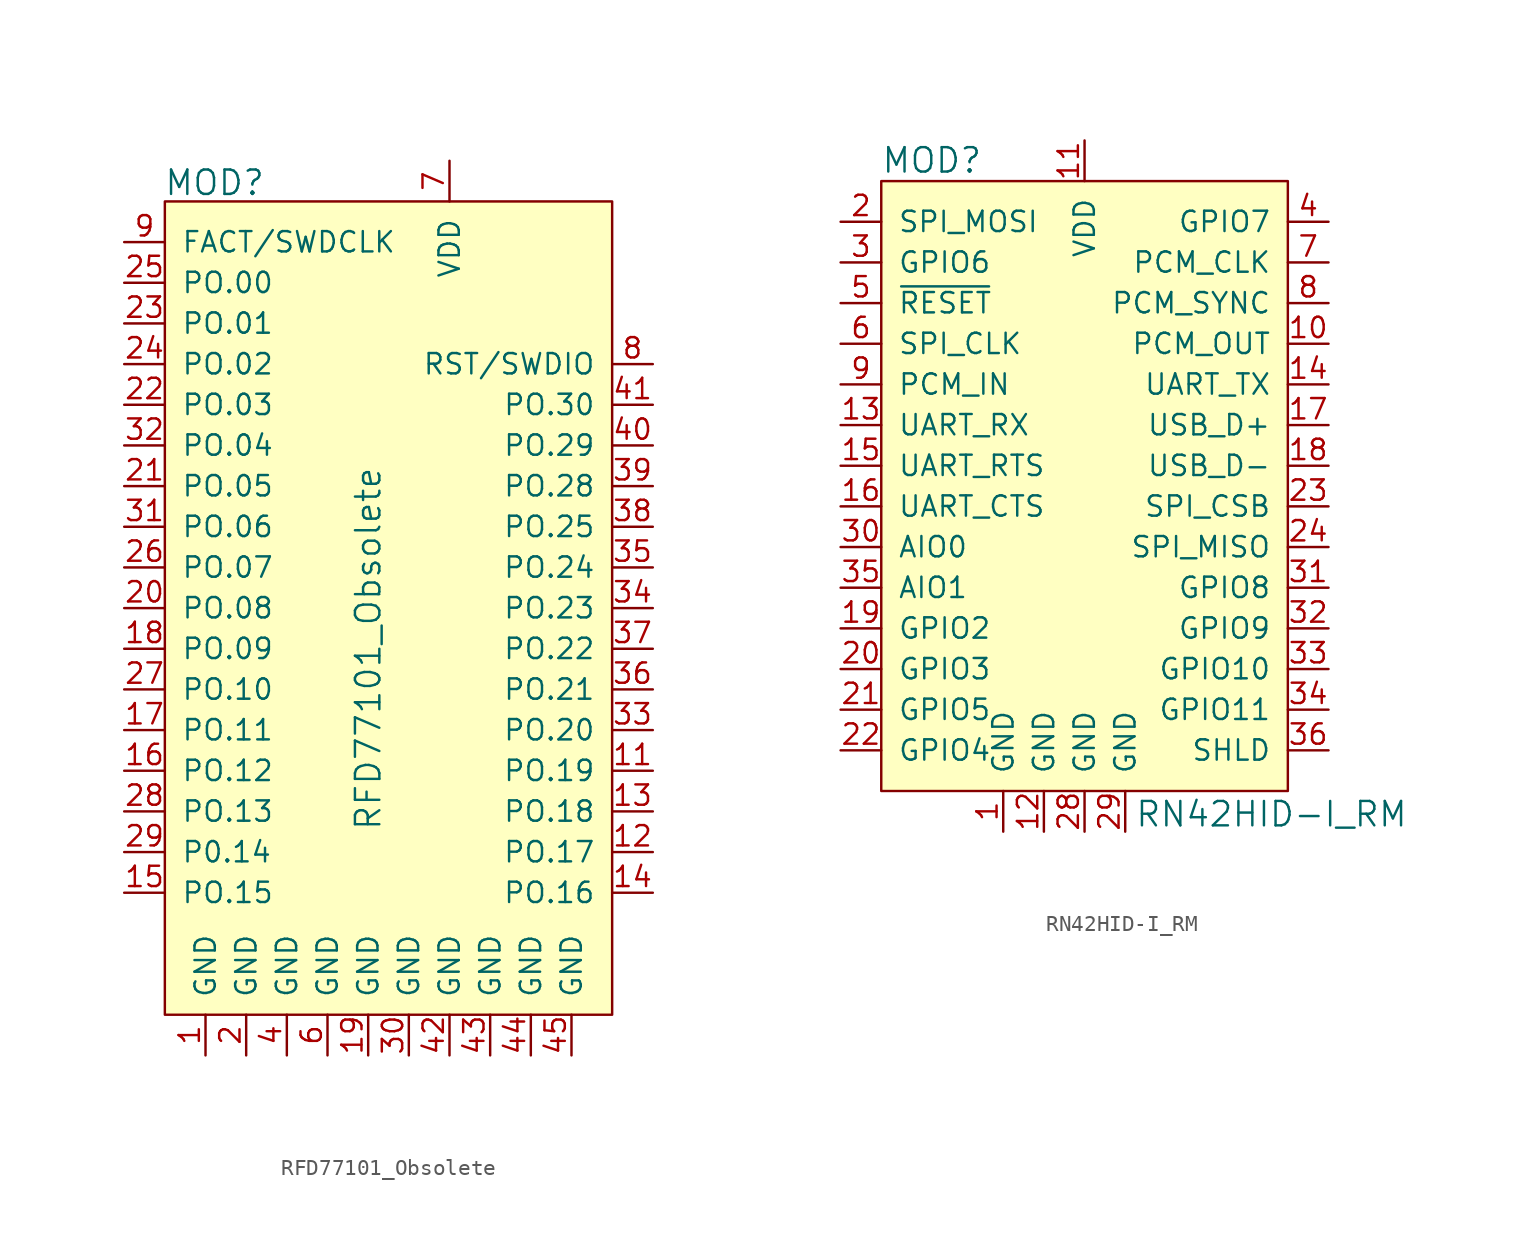
<source format=kicad_sym>
(kicad_symbol_lib
  (version 20211014)
  (generator kicad_symbol_editor)
  (symbol "RFD77101_Obsolete"
    (pin_names
      (offset 1.016))
    (property "Reference" "MOD"
      (at -15.316 16.408 0)
      (effects (font (size 1.524 1.524)) (justify left)))
    (property "Value" "RFD77101_Obsolete"
      (at -2.54 -12.7 90)
      (effects (font (size 1.524 1.524))))
    (symbol "RFD77101_Obsolete_1_0"
      (pin bidirectional line (at -17.78 -25.4 0) (length 2.54) (name "P0.14" (effects (font (size 1.27 1.27)))) (number "29" (effects (font (size 1.27 1.27))))))
    (symbol "RFD77101_Obsolete_1_1"
      (rectangle (start -15.24 15.24) (end 12.7 -35.56) (stroke (width 0) (type default) (color 0 0 0 0)) (fill (type background)))
      (pin power_in line (at -12.7 -38.1 90) (length 2.54) (name "GND" (effects (font (size 1.27 1.27)))) (number "1" (effects (font (size 1.27 1.27)))))
      (pin no_connect line (at 15.24 12.7 180) (length 2.54) hide (name "DNC" (effects (font (size 1.27 1.27)))) (number "10" (effects (font (size 1.27 1.27)))))
      (pin bidirectional line (at 15.24 -20.32 180) (length 2.54) (name "PO.19" (effects (font (size 1.27 1.27)))) (number "11" (effects (font (size 1.27 1.27)))))
      (pin bidirectional line (at 15.24 -25.4 180) (length 2.54) (name "PO.17" (effects (font (size 1.27 1.27)))) (number "12" (effects (font (size 1.27 1.27)))))
      (pin bidirectional line (at 15.24 -22.86 180) (length 2.54) (name "PO.18" (effects (font (size 1.27 1.27)))) (number "13" (effects (font (size 1.27 1.27)))))
      (pin bidirectional line (at 15.24 -27.94 180) (length 2.54) (name "PO.16" (effects (font (size 1.27 1.27)))) (number "14" (effects (font (size 1.27 1.27)))))
      (pin bidirectional line (at -17.78 -27.94 0) (length 2.54) (name "PO.15" (effects (font (size 1.27 1.27)))) (number "15" (effects (font (size 1.27 1.27)))))
      (pin bidirectional line (at -17.78 -20.32 0) (length 2.54) (name "PO.12" (effects (font (size 1.27 1.27)))) (number "16" (effects (font (size 1.27 1.27)))))
      (pin bidirectional line (at -17.78 -17.78 0) (length 2.54) (name "PO.11" (effects (font (size 1.27 1.27)))) (number "17" (effects (font (size 1.27 1.27)))))
      (pin bidirectional line (at -17.78 -12.7 0) (length 2.54) (name "PO.09" (effects (font (size 1.27 1.27)))) (number "18" (effects (font (size 1.27 1.27)))))
      (pin power_in line (at -2.54 -38.1 90) (length 2.54) (name "GND" (effects (font (size 1.27 1.27)))) (number "19" (effects (font (size 1.27 1.27)))))
      (pin power_in line (at -10.16 -38.1 90) (length 2.54) (name "GND" (effects (font (size 1.27 1.27)))) (number "2" (effects (font (size 1.27 1.27)))))
      (pin bidirectional line (at -17.78 -10.16 0) (length 2.54) (name "PO.08" (effects (font (size 1.27 1.27)))) (number "20" (effects (font (size 1.27 1.27)))))
      (pin bidirectional line (at -17.78 -2.54 0) (length 2.54) (name "PO.05" (effects (font (size 1.27 1.27)))) (number "21" (effects (font (size 1.27 1.27)))))
      (pin bidirectional line (at -17.78 2.54 0) (length 2.54) (name "PO.03" (effects (font (size 1.27 1.27)))) (number "22" (effects (font (size 1.27 1.27)))))
      (pin bidirectional line (at -17.78 7.62 0) (length 2.54) (name "PO.01" (effects (font (size 1.27 1.27)))) (number "23" (effects (font (size 1.27 1.27)))))
      (pin bidirectional line (at -17.78 5.08 0) (length 2.54) (name "PO.02" (effects (font (size 1.27 1.27)))) (number "24" (effects (font (size 1.27 1.27)))))
      (pin bidirectional line (at -17.78 10.16 0) (length 2.54) (name "PO.00" (effects (font (size 1.27 1.27)))) (number "25" (effects (font (size 1.27 1.27)))))
      (pin bidirectional line (at -17.78 -7.62 0) (length 2.54) (name "PO.07" (effects (font (size 1.27 1.27)))) (number "26" (effects (font (size 1.27 1.27)))))
      (pin bidirectional line (at -17.78 -15.24 0) (length 2.54) (name "PO.10" (effects (font (size 1.27 1.27)))) (number "27" (effects (font (size 1.27 1.27)))))
      (pin bidirectional line (at -17.78 -22.86 0) (length 2.54) (name "PO.13" (effects (font (size 1.27 1.27)))) (number "28" (effects (font (size 1.27 1.27)))))
      (pin no_connect line (at 15.24 7.62 180) (length 2.54) hide (name "DNC" (effects (font (size 1.27 1.27)))) (number "3" (effects (font (size 1.27 1.27)))))
      (pin power_in line (at 0 -38.1 90) (length 2.54) (name "GND" (effects (font (size 1.27 1.27)))) (number "30" (effects (font (size 1.27 1.27)))))
      (pin bidirectional line (at -17.78 -5.08 0) (length 2.54) (name "PO.06" (effects (font (size 1.27 1.27)))) (number "31" (effects (font (size 1.27 1.27)))))
      (pin bidirectional line (at -17.78 0 0) (length 2.54) (name "PO.04" (effects (font (size 1.27 1.27)))) (number "32" (effects (font (size 1.27 1.27)))))
      (pin bidirectional line (at 15.24 -17.78 180) (length 2.54) (name "PO.20" (effects (font (size 1.27 1.27)))) (number "33" (effects (font (size 1.27 1.27)))))
      (pin bidirectional line (at 15.24 -10.16 180) (length 2.54) (name "PO.23" (effects (font (size 1.27 1.27)))) (number "34" (effects (font (size 1.27 1.27)))))
      (pin bidirectional line (at 15.24 -7.62 180) (length 2.54) (name "PO.24" (effects (font (size 1.27 1.27)))) (number "35" (effects (font (size 1.27 1.27)))))
      (pin bidirectional line (at 15.24 -15.24 180) (length 2.54) (name "PO.21" (effects (font (size 1.27 1.27)))) (number "36" (effects (font (size 1.27 1.27)))))
      (pin bidirectional line (at 15.24 -12.7 180) (length 2.54) (name "PO.22" (effects (font (size 1.27 1.27)))) (number "37" (effects (font (size 1.27 1.27)))))
      (pin bidirectional line (at 15.24 -5.08 180) (length 2.54) (name "PO.25" (effects (font (size 1.27 1.27)))) (number "38" (effects (font (size 1.27 1.27)))))
      (pin bidirectional line (at 15.24 -2.54 180) (length 2.54) (name "PO.28" (effects (font (size 1.27 1.27)))) (number "39" (effects (font (size 1.27 1.27)))))
      (pin power_in line (at -7.62 -38.1 90) (length 2.54) (name "GND" (effects (font (size 1.27 1.27)))) (number "4" (effects (font (size 1.27 1.27)))))
      (pin bidirectional line (at 15.24 0 180) (length 2.54) (name "PO.29" (effects (font (size 1.27 1.27)))) (number "40" (effects (font (size 1.27 1.27)))))
      (pin bidirectional line (at 15.24 2.54 180) (length 2.54) (name "PO.30" (effects (font (size 1.27 1.27)))) (number "41" (effects (font (size 1.27 1.27)))))
      (pin power_in line (at 2.54 -38.1 90) (length 2.54) (name "GND" (effects (font (size 1.27 1.27)))) (number "42" (effects (font (size 1.27 1.27)))))
      (pin power_in line (at 5.08 -38.1 90) (length 2.54) (name "GND" (effects (font (size 1.27 1.27)))) (number "43" (effects (font (size 1.27 1.27)))))
      (pin power_in line (at 7.62 -38.1 90) (length 2.54) (name "GND" (effects (font (size 1.27 1.27)))) (number "44" (effects (font (size 1.27 1.27)))))
      (pin power_in line (at 10.16 -38.1 90) (length 2.54) (name "GND" (effects (font (size 1.27 1.27)))) (number "45" (effects (font (size 1.27 1.27)))))
      (pin no_connect line (at 15.24 10.16 180) (length 2.54) hide (name "DNC" (effects (font (size 1.27 1.27)))) (number "5" (effects (font (size 1.27 1.27)))))
      (pin power_in line (at -5.08 -38.1 90) (length 2.54) (name "GND" (effects (font (size 1.27 1.27)))) (number "6" (effects (font (size 1.27 1.27)))))
      (pin power_in line (at 2.54 17.78 270) (length 2.54) (name "VDD" (effects (font (size 1.27 1.27)))) (number "7" (effects (font (size 1.27 1.27)))))
      (pin bidirectional line (at 15.24 5.08 180) (length 2.54) (name "RST/SWDIO" (effects (font (size 1.27 1.27)))) (number "8" (effects (font (size 1.27 1.27)))))
      (pin input line (at -17.78 12.7 0) (length 2.54) (name "FACT/SWDCLK" (effects (font (size 1.27 1.27)))) (number "9" (effects (font (size 1.27 1.27)))))))
  (symbol "RN42HID-I_RM"
    (pin_names
      (offset 1.016))
    (property "Reference" "MOD"
      (at -12.725 16.535 0)
      (effects (font (size 1.524 1.524)) (justify left)))
    (property "Value" "RN42HID-I_RM"
      (at 3.124 -24.308 0)
      (effects (font (size 1.524 1.524)) (justify left)))
    (symbol "RN42HID-I_RM_1_0"
      (pin unspecified line (at 15.24 -20.32 180) (length 2.54) (name "SHLD" (effects (font (size 1.27 1.27)))) (number "36" (effects (font (size 1.27 1.27))))))
    (symbol "RN42HID-I_RM_1_1"
      (rectangle (start -12.7 15.24) (end 12.7 -22.86) (stroke (width 0) (type default) (color 0 0 0 0)) (fill (type background)))
      (pin power_in line (at -5.08 -25.4 90) (length 2.54) (name "GND" (effects (font (size 1.27 1.27)))) (number "1" (effects (font (size 1.27 1.27)))))
      (pin output line (at 15.24 5.08 180) (length 2.54) (name "PCM_OUT" (effects (font (size 1.27 1.27)))) (number "10" (effects (font (size 1.27 1.27)))))
      (pin power_in line (at 0 17.78 270) (length 2.54) (name "VDD" (effects (font (size 1.27 1.27)))) (number "11" (effects (font (size 1.27 1.27)))))
      (pin power_in line (at -2.54 -25.4 90) (length 2.54) (name "GND" (effects (font (size 1.27 1.27)))) (number "12" (effects (font (size 1.27 1.27)))))
      (pin input line (at -15.24 0 0) (length 2.54) (name "UART_RX" (effects (font (size 1.27 1.27)))) (number "13" (effects (font (size 1.27 1.27)))))
      (pin output line (at 15.24 2.54 180) (length 2.54) (name "UART_TX" (effects (font (size 1.27 1.27)))) (number "14" (effects (font (size 1.27 1.27)))))
      (pin input line (at -15.24 -2.54 0) (length 2.54) (name "UART_RTS" (effects (font (size 1.27 1.27)))) (number "15" (effects (font (size 1.27 1.27)))))
      (pin output line (at -15.24 -5.08 0) (length 2.54) (name "UART_CTS" (effects (font (size 1.27 1.27)))) (number "16" (effects (font (size 1.27 1.27)))))
      (pin bidirectional line (at 15.24 0 180) (length 2.54) (name "USB_D+" (effects (font (size 1.27 1.27)))) (number "17" (effects (font (size 1.27 1.27)))))
      (pin bidirectional line (at 15.24 -2.54 180) (length 2.54) (name "USB_D-" (effects (font (size 1.27 1.27)))) (number "18" (effects (font (size 1.27 1.27)))))
      (pin bidirectional line (at -15.24 -12.7 0) (length 2.54) (name "GPIO2" (effects (font (size 1.27 1.27)))) (number "19" (effects (font (size 1.27 1.27)))))
      (pin input line (at -15.24 12.7 0) (length 2.54) (name "SPI_MOSI" (effects (font (size 1.27 1.27)))) (number "2" (effects (font (size 1.27 1.27)))))
      (pin bidirectional line (at -15.24 -15.24 0) (length 2.54) (name "GPIO3" (effects (font (size 1.27 1.27)))) (number "20" (effects (font (size 1.27 1.27)))))
      (pin bidirectional line (at -15.24 -17.78 0) (length 2.54) (name "GPIO5" (effects (font (size 1.27 1.27)))) (number "21" (effects (font (size 1.27 1.27)))))
      (pin bidirectional line (at -15.24 -20.32 0) (length 2.54) (name "GPIO4" (effects (font (size 1.27 1.27)))) (number "22" (effects (font (size 1.27 1.27)))))
      (pin bidirectional line (at 15.24 -5.08 180) (length 2.54) (name "SPI_CSB" (effects (font (size 1.27 1.27)))) (number "23" (effects (font (size 1.27 1.27)))))
      (pin bidirectional line (at 15.24 -7.62 180) (length 2.54) (name "SPI_MISO" (effects (font (size 1.27 1.27)))) (number "24" (effects (font (size 1.27 1.27)))))
      (pin power_in line (at 0 -25.4 90) (length 2.54) (name "GND" (effects (font (size 1.27 1.27)))) (number "28" (effects (font (size 1.27 1.27)))))
      (pin power_in line (at 2.54 -25.4 90) (length 2.54) (name "GND" (effects (font (size 1.27 1.27)))) (number "29" (effects (font (size 1.27 1.27)))))
      (pin input line (at -15.24 10.16 0) (length 2.54) (name "GPIO6" (effects (font (size 1.27 1.27)))) (number "3" (effects (font (size 1.27 1.27)))))
      (pin input line (at -15.24 -7.62 0) (length 2.54) (name "AIO0" (effects (font (size 1.27 1.27)))) (number "30" (effects (font (size 1.27 1.27)))))
      (pin output line (at 15.24 -10.16 180) (length 2.54) (name "GPIO8" (effects (font (size 1.27 1.27)))) (number "31" (effects (font (size 1.27 1.27)))))
      (pin bidirectional line (at 15.24 -12.7 180) (length 2.54) (name "GPIO9" (effects (font (size 1.27 1.27)))) (number "32" (effects (font (size 1.27 1.27)))))
      (pin bidirectional line (at 15.24 -15.24 180) (length 2.54) (name "GPIO10" (effects (font (size 1.27 1.27)))) (number "33" (effects (font (size 1.27 1.27)))))
      (pin bidirectional line (at 15.24 -17.78 180) (length 2.54) (name "GPIO11" (effects (font (size 1.27 1.27)))) (number "34" (effects (font (size 1.27 1.27)))))
      (pin input line (at -15.24 -10.16 0) (length 2.54) (name "AIO1" (effects (font (size 1.27 1.27)))) (number "35" (effects (font (size 1.27 1.27)))))
      (pin bidirectional line (at 15.24 12.7 180) (length 2.54) (name "GPIO7" (effects (font (size 1.27 1.27)))) (number "4" (effects (font (size 1.27 1.27)))))
      (pin input line (at -15.24 7.62 0) (length 2.54) (name "~{RESET}" (effects (font (size 1.27 1.27)))) (number "5" (effects (font (size 1.27 1.27)))))
      (pin input line (at -15.24 5.08 0) (length 2.54) (name "SPI_CLK" (effects (font (size 1.27 1.27)))) (number "6" (effects (font (size 1.27 1.27)))))
      (pin bidirectional line (at 15.24 10.16 180) (length 2.54) (name "PCM_CLK" (effects (font (size 1.27 1.27)))) (number "7" (effects (font (size 1.27 1.27)))))
      (pin bidirectional line (at 15.24 7.62 180) (length 2.54) (name "PCM_SYNC" (effects (font (size 1.27 1.27)))) (number "8" (effects (font (size 1.27 1.27)))))
      (pin input line (at -15.24 2.54 0) (length 2.54) (name "PCM_IN" (effects (font (size 1.27 1.27)))) (number "9" (effects (font (size 1.27 1.27))))))))
</source>
